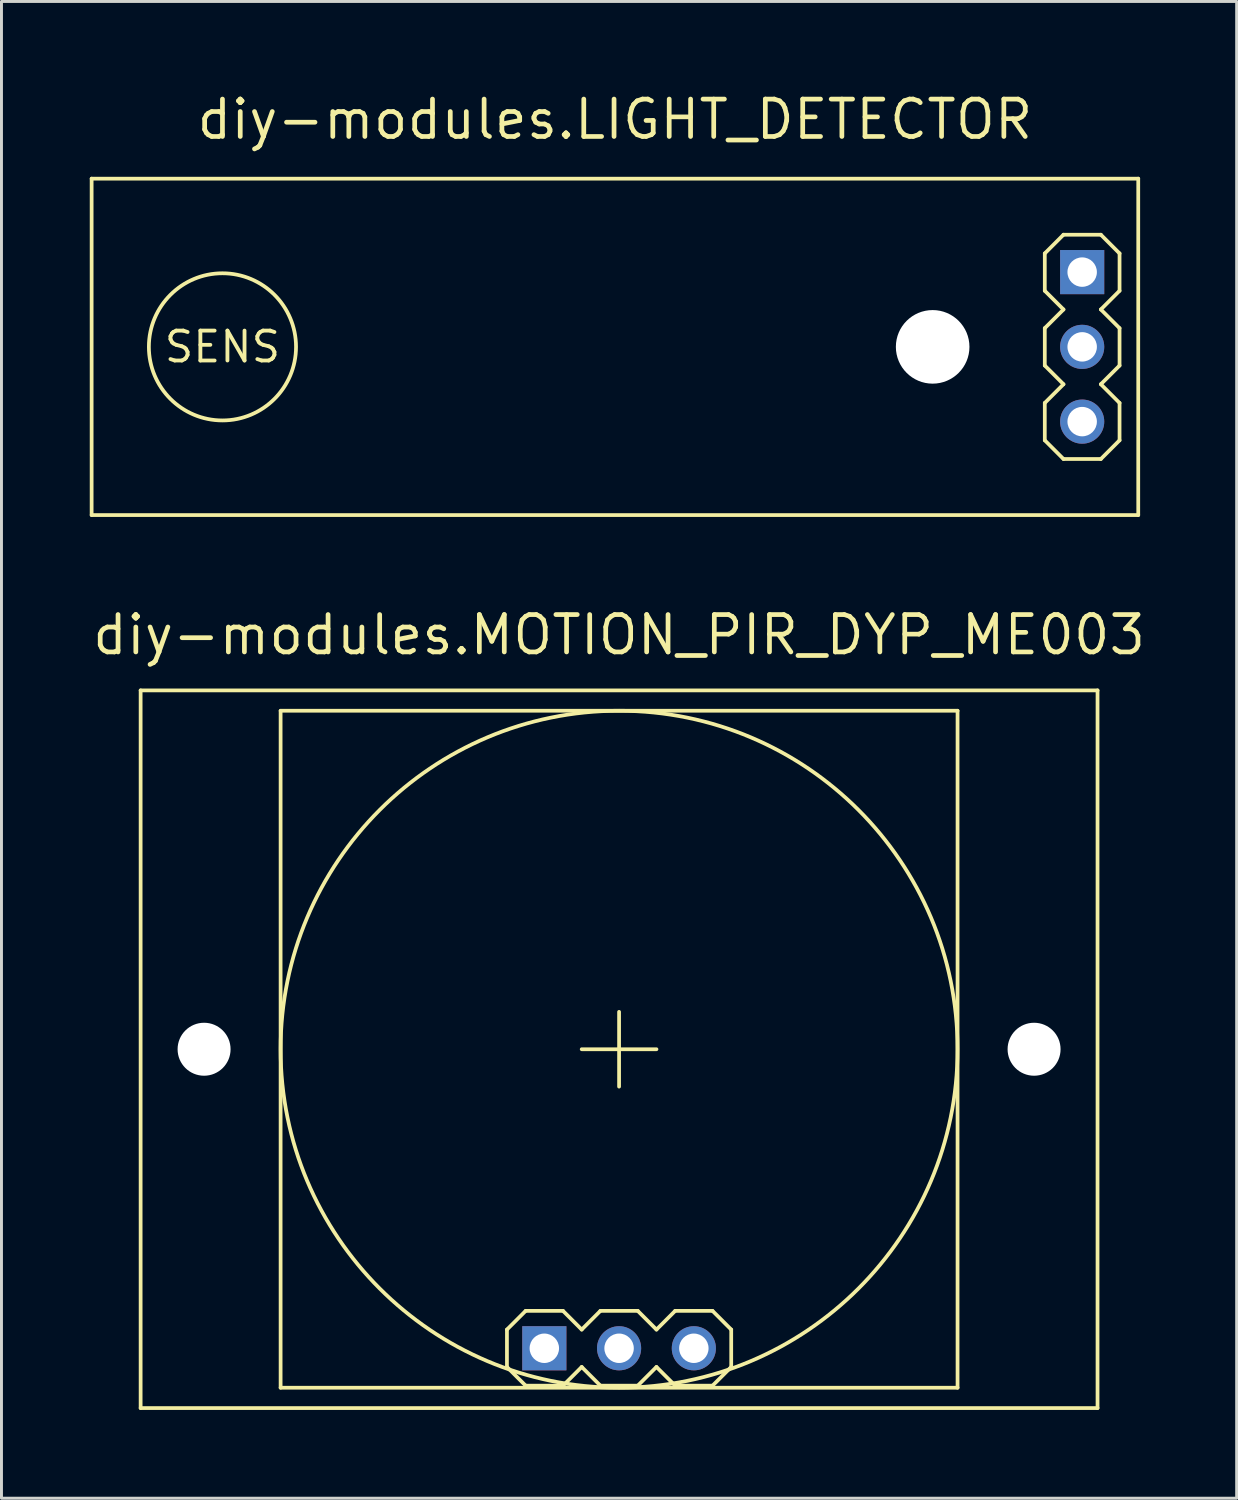
<source format=kicad_pcb>
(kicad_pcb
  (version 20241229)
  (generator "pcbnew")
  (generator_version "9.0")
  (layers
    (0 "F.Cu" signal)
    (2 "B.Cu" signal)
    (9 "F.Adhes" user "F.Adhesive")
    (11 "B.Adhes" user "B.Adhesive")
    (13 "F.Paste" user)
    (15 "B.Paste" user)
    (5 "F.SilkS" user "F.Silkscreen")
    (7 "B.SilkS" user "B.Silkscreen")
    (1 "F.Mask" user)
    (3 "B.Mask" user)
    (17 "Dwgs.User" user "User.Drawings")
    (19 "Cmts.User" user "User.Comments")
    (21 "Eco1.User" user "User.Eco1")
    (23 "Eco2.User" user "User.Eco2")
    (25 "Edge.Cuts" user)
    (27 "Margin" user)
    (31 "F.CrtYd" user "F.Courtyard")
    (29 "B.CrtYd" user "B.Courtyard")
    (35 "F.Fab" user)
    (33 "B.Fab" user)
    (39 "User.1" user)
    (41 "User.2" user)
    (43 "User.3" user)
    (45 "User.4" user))
  (footprint "diy-modules.LIGHT_DETECTOR"
    (layer "F.Cu")
    (at 17.843 8.735)
    (property "Reference" "diy-modules.LIGHT_DETECTOR" (at 0 -6.985 0) (layer "F.SilkS") (effects (font (size 1.27 1.27) (thickness 0.16)) (justify bottom)))
    (attr through_hole)
    (fp_line (start -17.78 -5.715) (end 17.78 -5.715) (stroke (width 0.127) (type default)) (layer "F.SilkS"))
    (fp_line (start -17.78 5.715) (end -17.78 -5.715) (stroke (width 0.127) (type default)) (layer "F.SilkS"))
    (fp_line (start 14.605 -3.175) (end 15.24 -3.81) (stroke (width 0.127) (type default)) (layer "F.SilkS"))
    (fp_line (start 14.605 -1.905) (end 14.605 -3.175) (stroke (width 0.127) (type default)) (layer "F.SilkS"))
    (fp_line (start 14.605 -0.635) (end 15.24 -1.27) (stroke (width 0.127) (type default)) (layer "F.SilkS"))
    (fp_line (start 14.605 0.635) (end 14.605 -0.635) (stroke (width 0.127) (type default)) (layer "F.SilkS"))
    (fp_line (start 14.605 1.905) (end 15.24 1.27) (stroke (width 0.127) (type default)) (layer "F.SilkS"))
    (fp_line (start 14.605 3.175) (end 14.605 1.905) (stroke (width 0.127) (type default)) (layer "F.SilkS"))
    (fp_line (start 15.24 -3.81) (end 16.51 -3.81) (stroke (width 0.127) (type default)) (layer "F.SilkS"))
    (fp_line (start 15.24 -1.27) (end 14.605 -1.905) (stroke (width 0.127) (type default)) (layer "F.SilkS"))
    (fp_line (start 15.24 1.27) (end 14.605 0.635) (stroke (width 0.127) (type default)) (layer "F.SilkS"))
    (fp_line (start 15.24 3.81) (end 14.605 3.175) (stroke (width 0.127) (type default)) (layer "F.SilkS"))
    (fp_line (start 16.51 -3.81) (end 17.145 -3.175) (stroke (width 0.127) (type default)) (layer "F.SilkS"))
    (fp_line (start 16.51 -1.27) (end 17.145 -0.635) (stroke (width 0.127) (type default)) (layer "F.SilkS"))
    (fp_line (start 16.51 1.27) (end 17.145 1.905) (stroke (width 0.127) (type default)) (layer "F.SilkS"))
    (fp_line (start 16.51 3.81) (end 15.24 3.81) (stroke (width 0.127) (type default)) (layer "F.SilkS"))
    (fp_line (start 17.145 -3.175) (end 17.145 -1.905) (stroke (width 0.127) (type default)) (layer "F.SilkS"))
    (fp_line (start 17.145 -1.905) (end 16.51 -1.27) (stroke (width 0.127) (type default)) (layer "F.SilkS"))
    (fp_line (start 17.145 -0.635) (end 17.145 0.635) (stroke (width 0.127) (type default)) (layer "F.SilkS"))
    (fp_line (start 17.145 0.635) (end 16.51 1.27) (stroke (width 0.127) (type default)) (layer "F.SilkS"))
    (fp_line (start 17.145 1.905) (end 17.145 3.175) (stroke (width 0.127) (type default)) (layer "F.SilkS"))
    (fp_line (start 17.145 3.175) (end 16.51 3.81) (stroke (width 0.127) (type default)) (layer "F.SilkS"))
    (fp_line (start 17.78 -5.715) (end 17.78 5.715) (stroke (width 0.127) (type default)) (layer "F.SilkS"))
    (fp_line (start 17.78 5.715) (end -17.78 5.715) (stroke (width 0.127) (type default)) (layer "F.SilkS"))
    (fp_circle (center -13.335 0) (end -10.835 0) (stroke (width 0.127) (type default)) (fill no) (layer "F.SilkS"))
    (fp_text user "SENS" (at -13.335 0 0) (layer "F.SilkS") (effects (font (size 1.016 1.016) (thickness 0.13))))
    (pad "" np_thru_hole circle (at 10.795 0) (size 2.5 2.5) (drill 2.5) (layers "*.Cu" "*.Mask"))
    (pad "1" thru_hole rect (at 15.875 -2.54) (size 1.5 1.5) (drill 1) (layers "*.Cu" "*.Mask"))
    (pad "2" thru_hole circle (at 15.875 0) (size 1.5 1.5) (drill 1) (layers "*.Cu" "*.Mask"))
    (pad "3" thru_hole circle (at 15.875 2.54) (size 1.5 1.5) (drill 1) (layers "*.Cu" "*.Mask")))
  (footprint "diy-modules.MOTION_PIR_DYP_ME003"
    (layer "F.Cu")
    (at 17.984 32.599)
    (property "Reference" "diy-modules.MOTION_PIR_DYP_ME003" (at 0 -13.335 0) (layer "F.SilkS") (effects (font (size 1.27 1.27) (thickness 0.16)) (justify bottom)))
    (attr through_hole)
    (fp_line (start -16.256 -12.192) (end 16.256 -12.192) (stroke (width 0.127) (type default)) (layer "F.SilkS"))
    (fp_line (start -16.256 12.192) (end -16.256 -12.192) (stroke (width 0.127) (type default)) (layer "F.SilkS"))
    (fp_line (start -11.5 -11.5) (end 11.5 -11.5) (stroke (width 0.127) (type default)) (layer "F.SilkS"))
    (fp_line (start -11.5 11.5) (end -11.5 -11.5) (stroke (width 0.127) (type default)) (layer "F.SilkS"))
    (fp_line (start -3.81 9.525) (end -3.175 8.89) (stroke (width 0.127) (type default)) (layer "F.SilkS"))
    (fp_line (start -3.81 10.795) (end -3.81 9.525) (stroke (width 0.127) (type default)) (layer "F.SilkS"))
    (fp_line (start -3.175 8.89) (end -1.905 8.89) (stroke (width 0.127) (type default)) (layer "F.SilkS"))
    (fp_line (start -3.175 11.43) (end -3.81 10.795) (stroke (width 0.127) (type default)) (layer "F.SilkS"))
    (fp_line (start -1.905 8.89) (end -1.27 9.525) (stroke (width 0.127) (type default)) (layer "F.SilkS"))
    (fp_line (start -1.905 11.43) (end -3.175 11.43) (stroke (width 0.127) (type default)) (layer "F.SilkS"))
    (fp_line (start -1.27 0) (end 1.27 0) (stroke (width 0.127) (type default)) (layer "F.SilkS"))
    (fp_line (start -1.27 9.525) (end -0.635 8.89) (stroke (width 0.127) (type default)) (layer "F.SilkS"))
    (fp_line (start -1.27 10.795) (end -1.905 11.43) (stroke (width 0.127) (type default)) (layer "F.SilkS"))
    (fp_line (start -0.635 8.89) (end 0.635 8.89) (stroke (width 0.127) (type default)) (layer "F.SilkS"))
    (fp_line (start -0.635 11.43) (end -1.27 10.795) (stroke (width 0.127) (type default)) (layer "F.SilkS"))
    (fp_line (start 0 -1.27) (end 0 1.27) (stroke (width 0.127) (type default)) (layer "F.SilkS"))
    (fp_line (start 0.635 8.89) (end 1.27 9.525) (stroke (width 0.127) (type default)) (layer "F.SilkS"))
    (fp_line (start 0.635 11.43) (end -0.635 11.43) (stroke (width 0.127) (type default)) (layer "F.SilkS"))
    (fp_line (start 1.27 9.525) (end 1.905 8.89) (stroke (width 0.127) (type default)) (layer "F.SilkS"))
    (fp_line (start 1.27 10.795) (end 0.635 11.43) (stroke (width 0.127) (type default)) (layer "F.SilkS"))
    (fp_line (start 1.905 8.89) (end 3.175 8.89) (stroke (width 0.127) (type default)) (layer "F.SilkS"))
    (fp_line (start 1.905 11.43) (end 1.27 10.795) (stroke (width 0.127) (type default)) (layer "F.SilkS"))
    (fp_line (start 3.175 8.89) (end 3.81 9.525) (stroke (width 0.127) (type default)) (layer "F.SilkS"))
    (fp_line (start 3.175 11.43) (end 1.905 11.43) (stroke (width 0.127) (type default)) (layer "F.SilkS"))
    (fp_line (start 3.81 9.525) (end 3.81 10.795) (stroke (width 0.127) (type default)) (layer "F.SilkS"))
    (fp_line (start 3.81 10.795) (end 3.175 11.43) (stroke (width 0.127) (type default)) (layer "F.SilkS"))
    (fp_line (start 11.5 -11.5) (end 11.5 11.5) (stroke (width 0.127) (type default)) (layer "F.SilkS"))
    (fp_line (start 11.5 11.5) (end -11.5 11.5) (stroke (width 0.127) (type default)) (layer "F.SilkS"))
    (fp_line (start 16.256 -12.192) (end 16.256 12.192) (stroke (width 0.127) (type default)) (layer "F.SilkS"))
    (fp_line (start 16.256 12.192) (end -16.256 12.192) (stroke (width 0.127) (type default)) (layer "F.SilkS"))
    (fp_circle (center 0 0) (end 11.5 0) (stroke (width 0.127) (type default)) (fill no) (layer "F.SilkS"))
    (pad "" np_thru_hole circle (at -14.1 0) (size 1.8 1.8) (drill 1.8) (layers "*.Cu" "*.Mask"))
    (pad "" np_thru_hole circle (at 14.1 0) (size 1.8 1.8) (drill 1.8) (layers "*.Cu" "*.Mask"))
    (pad "1" thru_hole rect (at -2.54 10.16) (size 1.5 1.5) (drill 1) (layers "*.Cu" "*.Mask"))
    (pad "2" thru_hole circle (at 0 10.16) (size 1.5 1.5) (drill 1) (layers "*.Cu" "*.Mask"))
    (pad "3" thru_hole circle (at 2.54 10.16) (size 1.5 1.5) (drill 1) (layers "*.Cu" "*.Mask")))
  (gr_rect
    (start -3 -3)
    (end 38.967 47.854)
    (stroke (width 0.1) (type default))
    (fill no)
    (layer "Edge.Cuts")))
</source>
